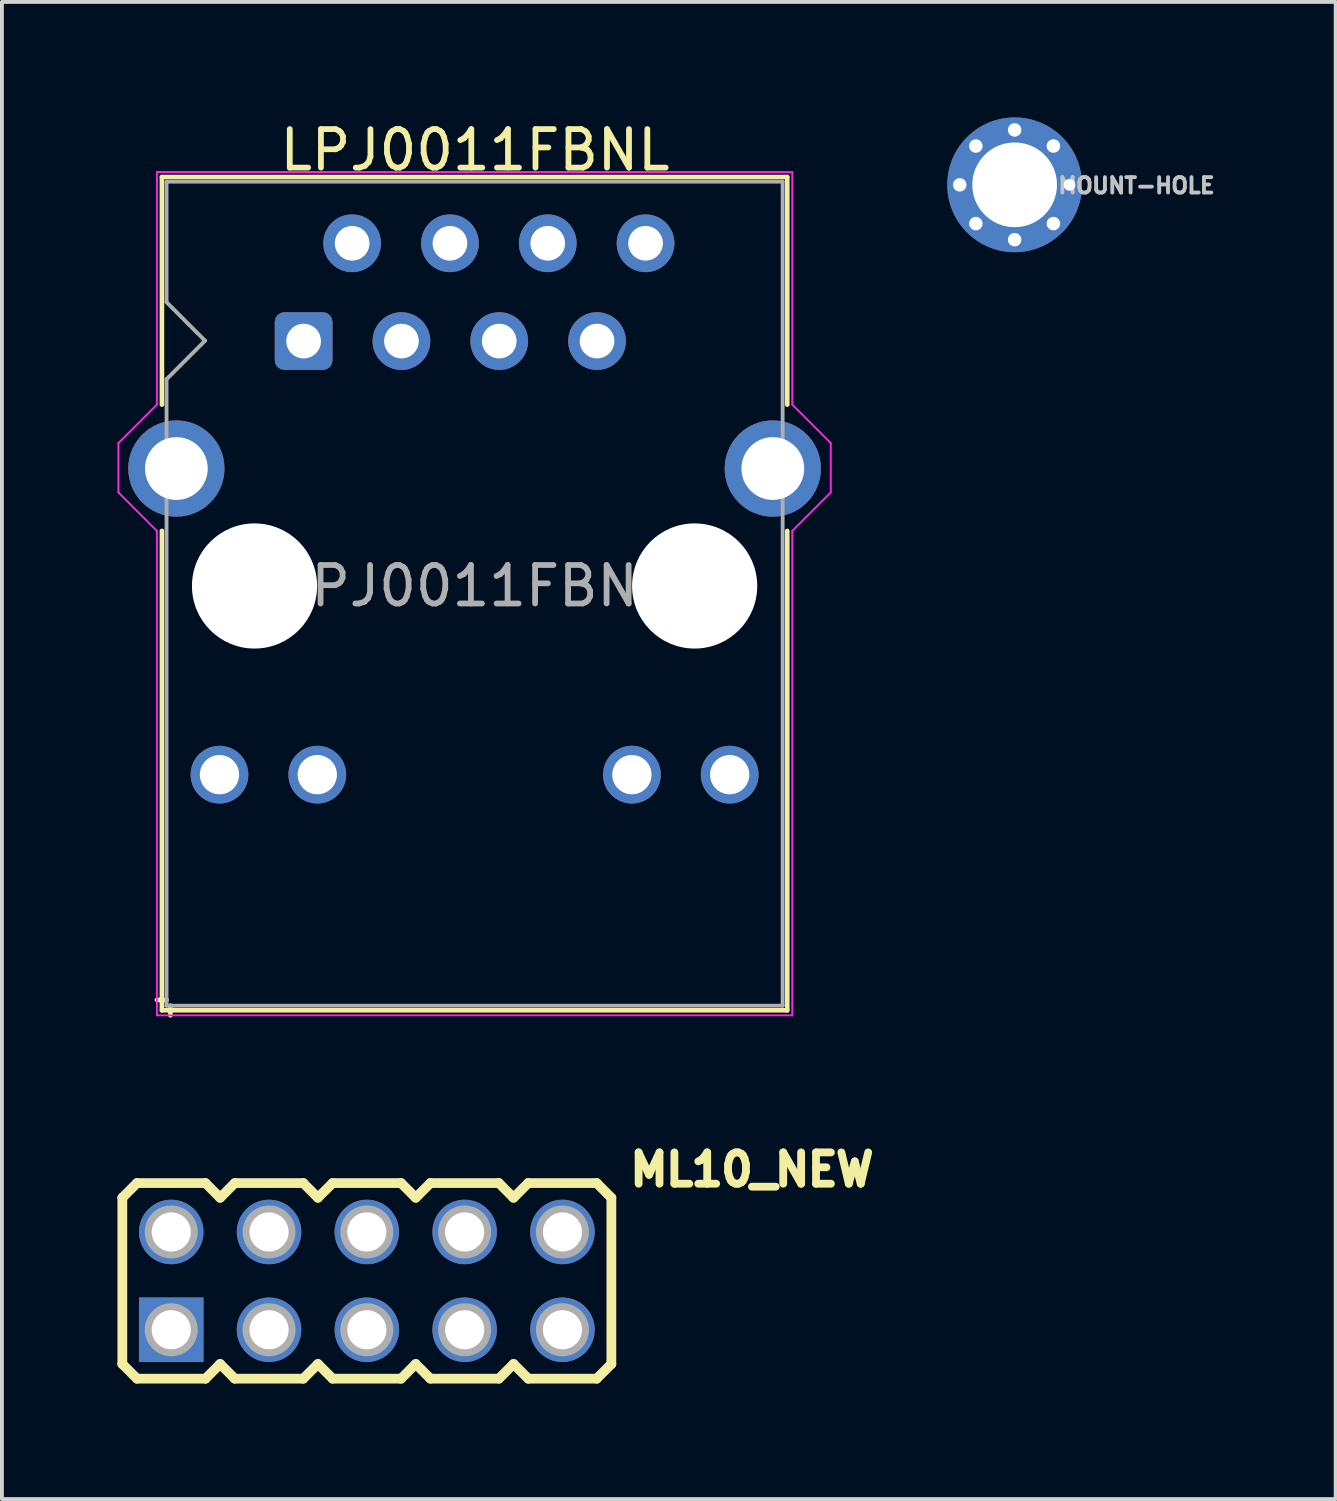
<source format=kicad_pcb>
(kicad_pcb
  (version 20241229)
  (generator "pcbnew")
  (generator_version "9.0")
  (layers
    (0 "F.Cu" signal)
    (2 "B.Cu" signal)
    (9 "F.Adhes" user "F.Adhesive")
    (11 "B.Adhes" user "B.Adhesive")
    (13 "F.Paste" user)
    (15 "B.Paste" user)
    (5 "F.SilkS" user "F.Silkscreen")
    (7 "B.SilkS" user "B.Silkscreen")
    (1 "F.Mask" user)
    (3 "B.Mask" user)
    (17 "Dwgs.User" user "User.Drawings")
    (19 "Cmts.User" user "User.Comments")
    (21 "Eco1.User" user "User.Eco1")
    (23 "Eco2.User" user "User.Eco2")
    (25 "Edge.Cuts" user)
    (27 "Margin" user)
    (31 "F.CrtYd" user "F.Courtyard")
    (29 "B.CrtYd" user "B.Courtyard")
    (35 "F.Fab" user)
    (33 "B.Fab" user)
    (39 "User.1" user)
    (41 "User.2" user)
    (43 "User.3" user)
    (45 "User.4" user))
  (footprint "LPJ0011FBNL"
    (layer "F.Cu")
    (at 4.835 5.808)
    (property "Reference" "LPJ0011FBNL" (at 4.45 -4.96 0) (layer "F.SilkS") (effects (font (size 1 1) (thickness 0.15))))
    (attr through_hole)
    (fp_line (start -3.68 -4.26) (end -3.68 1.65) (stroke (width 0.12) (type solid)) (layer "F.SilkS"))
    (fp_line (start -3.68 -4.26) (end 12.56 -4.26) (stroke (width 0.12) (type solid)) (layer "F.SilkS"))
    (fp_line (start -3.68 4.93) (end -3.68 17.38) (stroke (width 0.12) (type solid)) (layer "F.SilkS"))
    (fp_line (start -3.56 17.11) (end -3.81 17.11) (stroke (width 0.12) (type solid)) (layer "F.SilkS"))
    (fp_line (start -3.46 17.26) (end -3.46 17.51) (stroke (width 0.12) (type solid)) (layer "F.SilkS"))
    (fp_line (start 12.56 -4.26) (end 12.56 1.65) (stroke (width 0.12) (type solid)) (layer "F.SilkS"))
    (fp_line (start 12.56 4.93) (end 12.56 17.38) (stroke (width 0.12) (type solid)) (layer "F.SilkS"))
    (fp_line (start 12.56 17.38) (end -3.68 17.38) (stroke (width 0.12) (type solid)) (layer "F.SilkS"))
    (fp_line (start -4.81 3.93) (end -4.81 2.65) (stroke (width 0.05) (type solid)) (layer "F.CrtYd"))
    (fp_line (start -4.81 3.93) (end -3.81 4.93) (stroke (width 0.05) (type solid)) (layer "F.CrtYd"))
    (fp_line (start -3.81 -4.39) (end 12.69 -4.39) (stroke (width 0.05) (type solid)) (layer "F.CrtYd"))
    (fp_line (start -3.81 1.65) (end -4.81 2.65) (stroke (width 0.05) (type solid)) (layer "F.CrtYd"))
    (fp_line (start -3.81 1.65) (end -3.81 -4.4) (stroke (width 0.05) (type solid)) (layer "F.CrtYd"))
    (fp_line (start -3.81 4.93) (end -3.81 17.51) (stroke (width 0.05) (type solid)) (layer "F.CrtYd"))
    (fp_line (start -3.81 17.51) (end 12.69 17.51) (stroke (width 0.05) (type solid)) (layer "F.CrtYd"))
    (fp_line (start 12.69 1.65) (end 12.69 -4.39) (stroke (width 0.05) (type solid)) (layer "F.CrtYd"))
    (fp_line (start 12.69 1.65) (end 13.69 2.65) (stroke (width 0.05) (type solid)) (layer "F.CrtYd"))
    (fp_line (start 12.69 4.93) (end 12.69 17.51) (stroke (width 0.05) (type solid)) (layer "F.CrtYd"))
    (fp_line (start 13.69 3.93) (end 12.69 4.93) (stroke (width 0.05) (type solid)) (layer "F.CrtYd"))
    (fp_line (start 13.69 3.93) (end 13.69 2.65) (stroke (width 0.05) (type solid)) (layer "F.CrtYd"))
    (fp_line (start -3.56 -4.14) (end -3.56 -1.01) (stroke (width 0.1) (type solid)) (layer "F.Fab"))
    (fp_line (start -3.56 -4.14) (end 12.44 -4.14) (stroke (width 0.1) (type solid)) (layer "F.Fab"))
    (fp_line (start -3.56 0.99) (end -3.56 17.26) (stroke (width 0.1) (type solid)) (layer "F.Fab"))
    (fp_line (start -3.56 17.26) (end 12.44 17.26) (stroke (width 0.1) (type solid)) (layer "F.Fab"))
    (fp_line (start -2.56 -0.01) (end -3.56 -1.01) (stroke (width 0.1) (type solid)) (layer "F.Fab"))
    (fp_line (start -2.56 -0.01) (end -3.56 0.99) (stroke (width 0.1) (type solid)) (layer "F.Fab"))
    (fp_line (start 12.44 -4.14) (end 12.44 17.26) (stroke (width 0.1) (type solid)) (layer "F.Fab"))
    (fp_text user "${REFERENCE}" (at 4.44 6.36 0) (layer "F.Fab") (effects (font (size 1 1) (thickness 0.15))))
    (pad "" np_thru_hole circle (at -1.275 6.36) (size 3.25 3.25) (drill 3.25) (layers "*.Cu" "*.Mask"))
    (pad "" np_thru_hole circle (at 10.155 6.36) (size 3.25 3.25) (drill 3.25) (layers "*.Cu" "*.Mask"))
    (pad "1" thru_hole roundrect (at 0 0) (size 1.5 1.5) (drill 0.9) (layers "*.Cu" "*.Mask") (roundrect_rratio 0.167))
    (pad "2" thru_hole circle (at 1.26 -2.54) (size 1.5 1.5) (drill 0.9) (layers "*.Cu" "*.Mask"))
    (pad "3" thru_hole circle (at 2.54 0) (size 1.5 1.5) (drill 0.9) (layers "*.Cu" "*.Mask"))
    (pad "4" thru_hole circle (at 3.8 -2.54) (size 1.5 1.5) (drill 0.9) (layers "*.Cu" "*.Mask"))
    (pad "5" thru_hole circle (at 5.08 0) (size 1.5 1.5) (drill 0.9) (layers "*.Cu" "*.Mask"))
    (pad "6" thru_hole circle (at 6.34 -2.54 90) (size 1.5 1.5) (drill 0.9) (layers "*.Cu" "*.Mask"))
    (pad "7" thru_hole circle (at 7.62 0) (size 1.5 1.5) (drill 0.9) (layers "*.Cu" "*.Mask"))
    (pad "8" thru_hole circle (at 8.88 -2.54) (size 1.5 1.5) (drill 0.9) (layers "*.Cu" "*.Mask"))
    (pad "9" thru_hole circle (at -2.185 11.26) (size 1.5 1.5) (drill 1.02) (layers "*.Cu" "*.Mask"))
    (pad "10" thru_hole circle (at 0.355 11.26) (size 1.5 1.5) (drill 1.02) (layers "*.Cu" "*.Mask"))
    (pad "11" thru_hole circle (at 8.525 11.26) (size 1.5 1.5) (drill 1.02) (layers "*.Cu" "*.Mask"))
    (pad "12" thru_hole circle (at 11.065 11.26) (size 1.5 1.5) (drill 1.02) (layers "*.Cu" "*.Mask"))
    (pad "SH" thru_hole circle (at -3.305 3.31) (size 2.5 2.5) (drill 1.63) (layers "*.Cu" "*.Mask"))
    (pad "SH" thru_hole circle (at 12.185 3.31) (size 2.5 2.5) (drill 1.63) (layers "*.Cu" "*.Mask")))
  (footprint "ML10_NEW"
    (layer "F.Cu")
    (at 6.477 30.214)
    (property "Reference" "ML10_NEW" (at 6.731 -2.413 0) (unlocked yes) (layer "F.SilkS") (effects (font (size 0.813 0.813) (thickness 0.203)) (justify left bottom)))
    (fp_line (start -6.35 -2.159) (end -5.969 -2.54) (stroke (width 0.254) (type solid)) (layer "F.SilkS"))
    (fp_line (start -6.35 2.159) (end -6.35 -2.159) (stroke (width 0.254) (type solid)) (layer "F.SilkS"))
    (fp_line (start -6.35 2.159) (end -5.969 2.54) (stroke (width 0.254) (type solid)) (layer "F.SilkS"))
    (fp_line (start -5.969 -2.54) (end -4.191 -2.54) (stroke (width 0.254) (type solid)) (layer "F.SilkS"))
    (fp_line (start -5.969 2.54) (end -4.191 2.54) (stroke (width 0.254) (type solid)) (layer "F.SilkS"))
    (fp_line (start -4.191 -2.54) (end -3.81 -2.159) (stroke (width 0.254) (type solid)) (layer "F.SilkS"))
    (fp_line (start -3.81 -2.159) (end -3.429 -2.54) (stroke (width 0.254) (type solid)) (layer "F.SilkS"))
    (fp_line (start -3.81 2.159) (end -4.191 2.54) (stroke (width 0.254) (type solid)) (layer "F.SilkS"))
    (fp_line (start -3.81 2.159) (end -3.429 2.54) (stroke (width 0.254) (type solid)) (layer "F.SilkS"))
    (fp_line (start -3.429 -2.54) (end -1.651 -2.54) (stroke (width 0.254) (type solid)) (layer "F.SilkS"))
    (fp_line (start -1.651 2.54) (end -3.429 2.54) (stroke (width 0.254) (type solid)) (layer "F.SilkS"))
    (fp_line (start -1.27 -2.159) (end -1.651 -2.54) (stroke (width 0.254) (type solid)) (layer "F.SilkS"))
    (fp_line (start -1.27 -2.159) (end -0.889 -2.54) (stroke (width 0.254) (type solid)) (layer "F.SilkS"))
    (fp_line (start -1.27 2.159) (end -1.651 2.54) (stroke (width 0.254) (type solid)) (layer "F.SilkS"))
    (fp_line (start -1.27 2.159) (end -0.889 2.54) (stroke (width 0.254) (type solid)) (layer "F.SilkS"))
    (fp_line (start -0.889 -2.54) (end 0.889 -2.54) (stroke (width 0.254) (type solid)) (layer "F.SilkS"))
    (fp_line (start 0.889 2.54) (end -0.889 2.54) (stroke (width 0.254) (type solid)) (layer "F.SilkS"))
    (fp_line (start 0.889 2.54) (end 1.27 2.159) (stroke (width 0.254) (type solid)) (layer "F.SilkS"))
    (fp_line (start 1.27 -2.159) (end 0.889 -2.54) (stroke (width 0.254) (type solid)) (layer "F.SilkS"))
    (fp_line (start 1.27 -2.159) (end 1.651 -2.54) (stroke (width 0.254) (type solid)) (layer "F.SilkS"))
    (fp_line (start 1.27 2.159) (end 1.651 2.54) (stroke (width 0.254) (type solid)) (layer "F.SilkS"))
    (fp_line (start 1.651 -2.54) (end 3.429 -2.54) (stroke (width 0.254) (type solid)) (layer "F.SilkS"))
    (fp_line (start 3.429 2.54) (end 1.651 2.54) (stroke (width 0.254) (type solid)) (layer "F.SilkS"))
    (fp_line (start 3.429 2.54) (end 3.81 2.159) (stroke (width 0.254) (type solid)) (layer "F.SilkS"))
    (fp_line (start 3.81 -2.159) (end 3.429 -2.54) (stroke (width 0.254) (type solid)) (layer "F.SilkS"))
    (fp_line (start 3.81 -2.159) (end 4.191 -2.54) (stroke (width 0.254) (type solid)) (layer "F.SilkS"))
    (fp_line (start 3.81 2.159) (end 4.191 2.54) (stroke (width 0.254) (type solid)) (layer "F.SilkS"))
    (fp_line (start 4.191 -2.54) (end 5.969 -2.54) (stroke (width 0.254) (type solid)) (layer "F.SilkS"))
    (fp_line (start 5.969 2.54) (end 4.191 2.54) (stroke (width 0.254) (type solid)) (layer "F.SilkS"))
    (fp_line (start 5.969 2.54) (end 6.35 2.159) (stroke (width 0.254) (type solid)) (layer "F.SilkS"))
    (fp_line (start 6.35 -2.159) (end 5.969 -2.54) (stroke (width 0.254) (type solid)) (layer "F.SilkS"))
    (fp_line (start 6.35 -2.159) (end 6.35 2.159) (stroke (width 0.254) (type solid)) (layer "F.SilkS"))
    (fp_circle (center -5.08 -1.27) (end -4.9 -1.27) (stroke (width 0.508) (type solid)) (fill no) (layer "F.Fab"))
    (fp_circle (center -5.08 1.27) (end -4.9 1.27) (stroke (width 0.508) (type solid)) (fill no) (layer "F.Fab"))
    (fp_circle (center -2.54 -1.27) (end -2.36 -1.27) (stroke (width 0.508) (type solid)) (fill no) (layer "F.Fab"))
    (fp_circle (center -2.54 1.27) (end -2.36 1.27) (stroke (width 0.508) (type solid)) (fill no) (layer "F.Fab"))
    (fp_circle (center 0 -1.27) (end 0.18 -1.27) (stroke (width 0.508) (type solid)) (fill no) (layer "F.Fab"))
    (fp_circle (center 0 1.27) (end 0.18 1.27) (stroke (width 0.508) (type solid)) (fill no) (layer "F.Fab"))
    (fp_circle (center 2.54 -1.27) (end 2.72 -1.27) (stroke (width 0.508) (type solid)) (fill no) (layer "F.Fab"))
    (fp_circle (center 2.54 1.27) (end 2.72 1.27) (stroke (width 0.508) (type solid)) (fill no) (layer "F.Fab"))
    (fp_circle (center 5.08 -1.27) (end 5.26 -1.27) (stroke (width 0.508) (type solid)) (fill no) (layer "F.Fab"))
    (fp_circle (center 5.08 1.27) (end 5.26 1.27) (stroke (width 0.508) (type solid)) (fill no) (layer "F.Fab"))
    (fp_poly (pts (xy -5.385 -0.965) (xy -4.775 -0.965) (xy -4.775 -1.575) (xy -5.385 -1.575)) (stroke (width 0.1) (type default)) (fill no) (layer "F.Fab"))
    (fp_poly (pts (xy -5.385 1.575) (xy -4.775 1.575) (xy -4.775 0.965) (xy -5.385 0.965)) (stroke (width 0.1) (type default)) (fill no) (layer "F.Fab"))
    (fp_poly (pts (xy -2.845 -0.965) (xy -2.235 -0.965) (xy -2.235 -1.575) (xy -2.845 -1.575)) (stroke (width 0.1) (type default)) (fill no) (layer "F.Fab"))
    (fp_poly (pts (xy -2.845 1.575) (xy -2.235 1.575) (xy -2.235 0.965) (xy -2.845 0.965)) (stroke (width 0.1) (type default)) (fill no) (layer "F.Fab"))
    (fp_poly (pts (xy -0.305 -0.965) (xy 0.305 -0.965) (xy 0.305 -1.575) (xy -0.305 -1.575)) (stroke (width 0.1) (type default)) (fill no) (layer "F.Fab"))
    (fp_poly (pts (xy -0.305 1.575) (xy 0.305 1.575) (xy 0.305 0.965) (xy -0.305 0.965)) (stroke (width 0.1) (type default)) (fill no) (layer "F.Fab"))
    (fp_poly (pts (xy 2.235 -0.965) (xy 2.845 -0.965) (xy 2.845 -1.575) (xy 2.235 -1.575)) (stroke (width 0.1) (type default)) (fill no) (layer "F.Fab"))
    (fp_poly (pts (xy 2.235 1.575) (xy 2.845 1.575) (xy 2.845 0.965) (xy 2.235 0.965)) (stroke (width 0.1) (type default)) (fill no) (layer "F.Fab"))
    (fp_poly (pts (xy 4.775 -0.965) (xy 5.385 -0.965) (xy 5.385 -1.575) (xy 4.775 -1.575)) (stroke (width 0.1) (type default)) (fill no) (layer "F.Fab"))
    (fp_poly (pts (xy 4.775 1.575) (xy 5.385 1.575) (xy 5.385 0.965) (xy 4.775 0.965)) (stroke (width 0.1) (type default)) (fill no) (layer "F.Fab"))
    (pad "1" thru_hole rect (at -5.08 1.27) (size 1.676 1.676) (drill 1.016) (layers "*.Cu" "*.Mask"))
    (pad "2" thru_hole circle (at -5.08 -1.27) (size 1.676 1.676) (drill 1.016) (layers "*.Cu" "*.Mask"))
    (pad "3" thru_hole circle (at -2.54 1.27) (size 1.676 1.676) (drill 1.016) (layers "*.Cu" "*.Mask"))
    (pad "4" thru_hole circle (at -2.54 -1.27) (size 1.676 1.676) (drill 1.016) (layers "*.Cu" "*.Mask"))
    (pad "5" thru_hole circle (at 0 1.27) (size 1.676 1.676) (drill 1.016) (layers "*.Cu" "*.Mask"))
    (pad "6" thru_hole circle (at 0 -1.27) (size 1.676 1.676) (drill 1.016) (layers "*.Cu" "*.Mask"))
    (pad "7" thru_hole circle (at 2.54 1.27) (size 1.676 1.676) (drill 1.016) (layers "*.Cu" "*.Mask"))
    (pad "8" thru_hole circle (at 2.54 -1.27) (size 1.676 1.676) (drill 1.016) (layers "*.Cu" "*.Mask"))
    (pad "9" thru_hole circle (at 5.08 1.27) (size 1.676 1.676) (drill 1.016) (layers "*.Cu" "*.Mask"))
    (pad "10" thru_hole circle (at 5.08 -1.27) (size 1.676 1.676) (drill 1.016) (layers "*.Cu" "*.Mask")))
  (footprint "M2-MOUNT-HOLE"
    (layer "F.Cu")
    (at 23.3 1.75)
    (property "Reference" "M2-MOUNT-HOLE" (at -0.254 0.254 0) (unlocked yes) (layer "Dwgs.User") (effects (font (size 0.4 0.4) (thickness 0.1)) (justify left bottom)))
    (pad "1" thru_hole oval (at -1.425 0) (size 0.61 0.61) (drill 0.35) (layers "*.Cu" "*.Mask"))
    (pad "1" thru_hole oval (at -1.007 -1.007) (size 0.61 0.61) (drill 0.35) (layers "*.Cu" "*.Mask"))
    (pad "1" thru_hole oval (at -1.007 1.007) (size 0.61 0.61) (drill 0.35) (layers "*.Cu" "*.Mask"))
    (pad "1" thru_hole oval (at 0 -1.425) (size 0.61 0.61) (drill 0.35) (layers "*.Cu" "*.Mask"))
    (pad "1" thru_hole oval (at 0 0) (size 3.5 3.5) (drill 2.2) (layers "*.Cu" "*.Mask"))
    (pad "1" thru_hole oval (at 0 1.425) (size 0.61 0.61) (drill 0.35) (layers "*.Cu" "*.Mask"))
    (pad "1" thru_hole oval (at 1.007 -1.007) (size 0.61 0.61) (drill 0.35) (layers "*.Cu" "*.Mask"))
    (pad "1" thru_hole oval (at 1.007 1.007) (size 0.61 0.61) (drill 0.35) (layers "*.Cu" "*.Mask"))
    (pad "1" thru_hole oval (at 1.425 0) (size 0.61 0.61) (drill 0.305) (layers "*.Cu" "*.Mask")))
  (gr_rect
    (start -3 -3)
    (end 31.637 35.881)
    (stroke (width 0.1) (type default))
    (fill no)
    (layer "Edge.Cuts")))
</source>
